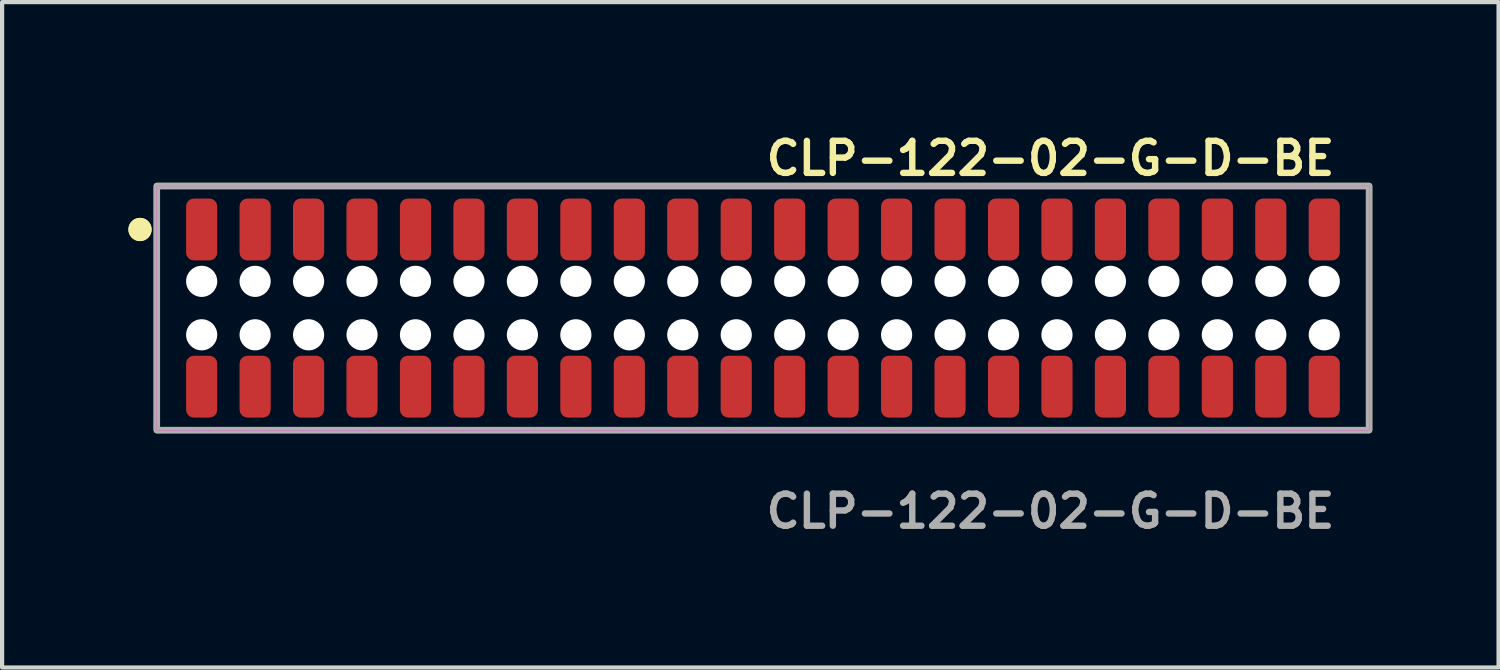
<source format=kicad_pcb>
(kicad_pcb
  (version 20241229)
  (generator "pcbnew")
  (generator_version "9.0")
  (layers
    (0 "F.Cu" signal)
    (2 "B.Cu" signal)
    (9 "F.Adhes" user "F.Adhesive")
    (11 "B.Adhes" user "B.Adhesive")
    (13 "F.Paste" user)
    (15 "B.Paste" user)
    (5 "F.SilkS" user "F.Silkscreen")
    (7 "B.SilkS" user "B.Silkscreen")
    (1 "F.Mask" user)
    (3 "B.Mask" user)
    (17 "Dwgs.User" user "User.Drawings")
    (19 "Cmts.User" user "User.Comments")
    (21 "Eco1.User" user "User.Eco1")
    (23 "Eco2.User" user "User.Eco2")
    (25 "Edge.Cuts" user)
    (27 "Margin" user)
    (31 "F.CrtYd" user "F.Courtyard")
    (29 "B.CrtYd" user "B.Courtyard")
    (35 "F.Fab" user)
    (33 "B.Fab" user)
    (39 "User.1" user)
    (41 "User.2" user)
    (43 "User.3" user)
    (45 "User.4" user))
  (footprint "CLP-122-02-G-D-BE"
    (layer "F.Cu")
    (at 15.076 4.269)
    (property "Reference" "CLP-122-02-G-D-BE" (at 0 -3.556 0) (unlocked yes) (layer "F.SilkS") (effects (font (size 0.762 0.762) (thickness 0.152)) (justify left)))
    (fp_rect (start -14.4 2.9) (end 14.4 -2.9) (stroke (width 0.152) (type solid)) (fill no) (layer "F.SilkS"))
    (fp_circle (center -14.8 -1.867) (end -15 -1.867) (stroke (width 0.152) (type solid)) (fill yes) (layer "F.SilkS"))
    (fp_circle (center -14.8 -1.867) (end -15 -1.867) (stroke (width 0.152) (type solid)) (fill yes) (layer "F.SilkS"))
    (fp_rect (start -14.4 2.9) (end 14.4 -2.9) (stroke (width 0.006) (type solid)) (fill no) (layer "F.CrtYd"))
    (fp_rect (start -14.4 2.9) (end 14.4 -2.9) (stroke (width 0.152) (type solid)) (fill no) (layer "F.Fab"))
    (fp_text user "${REFERENCE}" (at 0 4.826 0) (unlocked yes) (layer "F.Fab") (effects (font (size 0.762 0.762) (thickness 0.152)) (justify left)))
    (pad "" np_thru_hole circle (at -13.335 -0.635) (size 0.74 0.74) (drill 0.74) (layers "*.Cu" "*.Mask"))
    (pad "" np_thru_hole circle (at -13.335 0.635) (size 0.74 0.74) (drill 0.74) (layers "*.Cu" "*.Mask"))
    (pad "" np_thru_hole circle (at -12.065 -0.635) (size 0.74 0.74) (drill 0.74) (layers "*.Cu" "*.Mask"))
    (pad "" np_thru_hole circle (at -12.065 0.635) (size 0.74 0.74) (drill 0.74) (layers "*.Cu" "*.Mask"))
    (pad "" np_thru_hole circle (at -10.795 -0.635) (size 0.74 0.74) (drill 0.74) (layers "*.Cu" "*.Mask"))
    (pad "" np_thru_hole circle (at -10.795 0.635) (size 0.74 0.74) (drill 0.74) (layers "*.Cu" "*.Mask"))
    (pad "" np_thru_hole circle (at -9.525 -0.635) (size 0.74 0.74) (drill 0.74) (layers "*.Cu" "*.Mask"))
    (pad "" np_thru_hole circle (at -9.525 0.635) (size 0.74 0.74) (drill 0.74) (layers "*.Cu" "*.Mask"))
    (pad "" np_thru_hole circle (at -8.255 -0.635) (size 0.74 0.74) (drill 0.74) (layers "*.Cu" "*.Mask"))
    (pad "" np_thru_hole circle (at -8.255 0.635) (size 0.74 0.74) (drill 0.74) (layers "*.Cu" "*.Mask"))
    (pad "" np_thru_hole circle (at -6.985 -0.635) (size 0.74 0.74) (drill 0.74) (layers "*.Cu" "*.Mask"))
    (pad "" np_thru_hole circle (at -6.985 0.635) (size 0.74 0.74) (drill 0.74) (layers "*.Cu" "*.Mask"))
    (pad "" np_thru_hole circle (at -5.715 -0.635) (size 0.74 0.74) (drill 0.74) (layers "*.Cu" "*.Mask"))
    (pad "" np_thru_hole circle (at -5.715 0.635) (size 0.74 0.74) (drill 0.74) (layers "*.Cu" "*.Mask"))
    (pad "" np_thru_hole circle (at -4.445 -0.635) (size 0.74 0.74) (drill 0.74) (layers "*.Cu" "*.Mask"))
    (pad "" np_thru_hole circle (at -4.445 0.635) (size 0.74 0.74) (drill 0.74) (layers "*.Cu" "*.Mask"))
    (pad "" np_thru_hole circle (at -3.175 -0.635) (size 0.74 0.74) (drill 0.74) (layers "*.Cu" "*.Mask"))
    (pad "" np_thru_hole circle (at -3.175 0.635) (size 0.74 0.74) (drill 0.74) (layers "*.Cu" "*.Mask"))
    (pad "" np_thru_hole circle (at -1.905 -0.635) (size 0.74 0.74) (drill 0.74) (layers "*.Cu" "*.Mask"))
    (pad "" np_thru_hole circle (at -1.905 0.635) (size 0.74 0.74) (drill 0.74) (layers "*.Cu" "*.Mask"))
    (pad "" np_thru_hole circle (at -0.635 -0.635) (size 0.74 0.74) (drill 0.74) (layers "*.Cu" "*.Mask"))
    (pad "" np_thru_hole circle (at -0.635 0.635) (size 0.74 0.74) (drill 0.74) (layers "*.Cu" "*.Mask"))
    (pad "" np_thru_hole circle (at 0.635 -0.635) (size 0.74 0.74) (drill 0.74) (layers "*.Cu" "*.Mask"))
    (pad "" np_thru_hole circle (at 0.635 0.635) (size 0.74 0.74) (drill 0.74) (layers "*.Cu" "*.Mask"))
    (pad "" np_thru_hole circle (at 1.905 -0.635) (size 0.74 0.74) (drill 0.74) (layers "*.Cu" "*.Mask"))
    (pad "" np_thru_hole circle (at 1.905 0.635) (size 0.74 0.74) (drill 0.74) (layers "*.Cu" "*.Mask"))
    (pad "" np_thru_hole circle (at 3.175 -0.635) (size 0.74 0.74) (drill 0.74) (layers "*.Cu" "*.Mask"))
    (pad "" np_thru_hole circle (at 3.175 0.635) (size 0.74 0.74) (drill 0.74) (layers "*.Cu" "*.Mask"))
    (pad "" np_thru_hole circle (at 4.445 -0.635) (size 0.74 0.74) (drill 0.74) (layers "*.Cu" "*.Mask"))
    (pad "" np_thru_hole circle (at 4.445 0.635) (size 0.74 0.74) (drill 0.74) (layers "*.Cu" "*.Mask"))
    (pad "" np_thru_hole circle (at 5.715 -0.635) (size 0.74 0.74) (drill 0.74) (layers "*.Cu" "*.Mask"))
    (pad "" np_thru_hole circle (at 5.715 0.635) (size 0.74 0.74) (drill 0.74) (layers "*.Cu" "*.Mask"))
    (pad "" np_thru_hole circle (at 6.985 -0.635) (size 0.74 0.74) (drill 0.74) (layers "*.Cu" "*.Mask"))
    (pad "" np_thru_hole circle (at 6.985 0.635) (size 0.74 0.74) (drill 0.74) (layers "*.Cu" "*.Mask"))
    (pad "" np_thru_hole circle (at 8.255 -0.635) (size 0.74 0.74) (drill 0.74) (layers "*.Cu" "*.Mask"))
    (pad "" np_thru_hole circle (at 8.255 0.635) (size 0.74 0.74) (drill 0.74) (layers "*.Cu" "*.Mask"))
    (pad "" np_thru_hole circle (at 9.525 -0.635) (size 0.74 0.74) (drill 0.74) (layers "*.Cu" "*.Mask"))
    (pad "" np_thru_hole circle (at 9.525 0.635) (size 0.74 0.74) (drill 0.74) (layers "*.Cu" "*.Mask"))
    (pad "" np_thru_hole circle (at 10.795 -0.635) (size 0.74 0.74) (drill 0.74) (layers "*.Cu" "*.Mask"))
    (pad "" np_thru_hole circle (at 10.795 0.635) (size 0.74 0.74) (drill 0.74) (layers "*.Cu" "*.Mask"))
    (pad "" np_thru_hole circle (at 12.065 -0.635) (size 0.74 0.74) (drill 0.74) (layers "*.Cu" "*.Mask"))
    (pad "" np_thru_hole circle (at 12.065 0.635) (size 0.74 0.74) (drill 0.74) (layers "*.Cu" "*.Mask"))
    (pad "" np_thru_hole circle (at 13.335 -0.635) (size 0.74 0.74) (drill 0.74) (layers "*.Cu" "*.Mask"))
    (pad "" np_thru_hole circle (at 13.335 0.635) (size 0.74 0.74) (drill 0.74) (layers "*.Cu" "*.Mask"))
    (pad "1" smd roundrect (at -13.335 -1.867) (size 0.74 1.47) (layers "F.Cu" "F.Paste") (roundrect_rratio 0.25))
    (pad "2" smd roundrect (at -13.335 1.867) (size 0.74 1.47) (layers "F.Cu" "F.Paste") (roundrect_rratio 0.25))
    (pad "3" smd roundrect (at -12.065 -1.867) (size 0.74 1.47) (layers "F.Cu" "F.Paste") (roundrect_rratio 0.25))
    (pad "4" smd roundrect (at -12.065 1.867) (size 0.74 1.47) (layers "F.Cu" "F.Paste") (roundrect_rratio 0.25))
    (pad "5" smd roundrect (at -10.795 -1.867) (size 0.74 1.47) (layers "F.Cu" "F.Paste") (roundrect_rratio 0.25))
    (pad "6" smd roundrect (at -10.795 1.867) (size 0.74 1.47) (layers "F.Cu" "F.Paste") (roundrect_rratio 0.25))
    (pad "7" smd roundrect (at -9.525 -1.867) (size 0.74 1.47) (layers "F.Cu" "F.Paste") (roundrect_rratio 0.25))
    (pad "8" smd roundrect (at -9.525 1.867) (size 0.74 1.47) (layers "F.Cu" "F.Paste") (roundrect_rratio 0.25))
    (pad "9" smd roundrect (at -8.255 -1.867) (size 0.74 1.47) (layers "F.Cu" "F.Paste") (roundrect_rratio 0.25))
    (pad "10" smd roundrect (at -8.255 1.867) (size 0.74 1.47) (layers "F.Cu" "F.Paste") (roundrect_rratio 0.25))
    (pad "11" smd roundrect (at -6.985 -1.867) (size 0.74 1.47) (layers "F.Cu" "F.Paste") (roundrect_rratio 0.25))
    (pad "12" smd roundrect (at -6.985 1.867) (size 0.74 1.47) (layers "F.Cu" "F.Paste") (roundrect_rratio 0.25))
    (pad "13" smd roundrect (at -5.715 -1.867) (size 0.74 1.47) (layers "F.Cu" "F.Paste") (roundrect_rratio 0.25))
    (pad "14" smd roundrect (at -5.715 1.867) (size 0.74 1.47) (layers "F.Cu" "F.Paste") (roundrect_rratio 0.25))
    (pad "15" smd roundrect (at -4.445 -1.867) (size 0.74 1.47) (layers "F.Cu" "F.Paste") (roundrect_rratio 0.25))
    (pad "16" smd roundrect (at -4.445 1.867) (size 0.74 1.47) (layers "F.Cu" "F.Paste") (roundrect_rratio 0.25))
    (pad "17" smd roundrect (at -3.175 -1.867) (size 0.74 1.47) (layers "F.Cu" "F.Paste") (roundrect_rratio 0.25))
    (pad "18" smd roundrect (at -3.175 1.867) (size 0.74 1.47) (layers "F.Cu" "F.Paste") (roundrect_rratio 0.25))
    (pad "19" smd roundrect (at -1.905 -1.867) (size 0.74 1.47) (layers "F.Cu" "F.Paste") (roundrect_rratio 0.25))
    (pad "20" smd roundrect (at -1.905 1.867) (size 0.74 1.47) (layers "F.Cu" "F.Paste") (roundrect_rratio 0.25))
    (pad "21" smd roundrect (at -0.635 -1.867) (size 0.74 1.47) (layers "F.Cu" "F.Paste") (roundrect_rratio 0.25))
    (pad "22" smd roundrect (at -0.635 1.867) (size 0.74 1.47) (layers "F.Cu" "F.Paste") (roundrect_rratio 0.25))
    (pad "23" smd roundrect (at 0.635 -1.867) (size 0.74 1.47) (layers "F.Cu" "F.Paste") (roundrect_rratio 0.25))
    (pad "24" smd roundrect (at 0.635 1.867) (size 0.74 1.47) (layers "F.Cu" "F.Paste") (roundrect_rratio 0.25))
    (pad "25" smd roundrect (at 1.905 -1.867) (size 0.74 1.47) (layers "F.Cu" "F.Paste") (roundrect_rratio 0.25))
    (pad "26" smd roundrect (at 1.905 1.867) (size 0.74 1.47) (layers "F.Cu" "F.Paste") (roundrect_rratio 0.25))
    (pad "27" smd roundrect (at 3.175 -1.867) (size 0.74 1.47) (layers "F.Cu" "F.Paste") (roundrect_rratio 0.25))
    (pad "28" smd roundrect (at 3.175 1.867) (size 0.74 1.47) (layers "F.Cu" "F.Paste") (roundrect_rratio 0.25))
    (pad "29" smd roundrect (at 4.445 -1.867) (size 0.74 1.47) (layers "F.Cu" "F.Paste") (roundrect_rratio 0.25))
    (pad "30" smd roundrect (at 4.445 1.867) (size 0.74 1.47) (layers "F.Cu" "F.Paste") (roundrect_rratio 0.25))
    (pad "31" smd roundrect (at 5.715 -1.867) (size 0.74 1.47) (layers "F.Cu" "F.Paste") (roundrect_rratio 0.25))
    (pad "32" smd roundrect (at 5.715 1.867) (size 0.74 1.47) (layers "F.Cu" "F.Paste") (roundrect_rratio 0.25))
    (pad "33" smd roundrect (at 6.985 -1.867) (size 0.74 1.47) (layers "F.Cu" "F.Paste") (roundrect_rratio 0.25))
    (pad "34" smd roundrect (at 6.985 1.867) (size 0.74 1.47) (layers "F.Cu" "F.Paste") (roundrect_rratio 0.25))
    (pad "35" smd roundrect (at 8.255 -1.867) (size 0.74 1.47) (layers "F.Cu" "F.Paste") (roundrect_rratio 0.25))
    (pad "36" smd roundrect (at 8.255 1.867) (size 0.74 1.47) (layers "F.Cu" "F.Paste") (roundrect_rratio 0.25))
    (pad "37" smd roundrect (at 9.525 -1.867) (size 0.74 1.47) (layers "F.Cu" "F.Paste") (roundrect_rratio 0.25))
    (pad "38" smd roundrect (at 9.525 1.867) (size 0.74 1.47) (layers "F.Cu" "F.Paste") (roundrect_rratio 0.25))
    (pad "39" smd roundrect (at 10.795 -1.867) (size 0.74 1.47) (layers "F.Cu" "F.Paste") (roundrect_rratio 0.25))
    (pad "40" smd roundrect (at 10.795 1.867) (size 0.74 1.47) (layers "F.Cu" "F.Paste") (roundrect_rratio 0.25))
    (pad "41" smd roundrect (at 12.065 -1.867) (size 0.74 1.47) (layers "F.Cu" "F.Paste") (roundrect_rratio 0.25))
    (pad "42" smd roundrect (at 12.065 1.867) (size 0.74 1.47) (layers "F.Cu" "F.Paste") (roundrect_rratio 0.25))
    (pad "43" smd roundrect (at 13.335 -1.867) (size 0.74 1.47) (layers "F.Cu" "F.Paste") (roundrect_rratio 0.25))
    (pad "44" smd roundrect (at 13.335 1.867) (size 0.74 1.47) (layers "F.Cu" "F.Paste") (roundrect_rratio 0.25)))
  (gr_rect
    (start -3 -3)
    (end 32.552 12.808)
    (stroke (width 0.1) (type default))
    (fill no)
    (layer "Edge.Cuts")))
</source>
